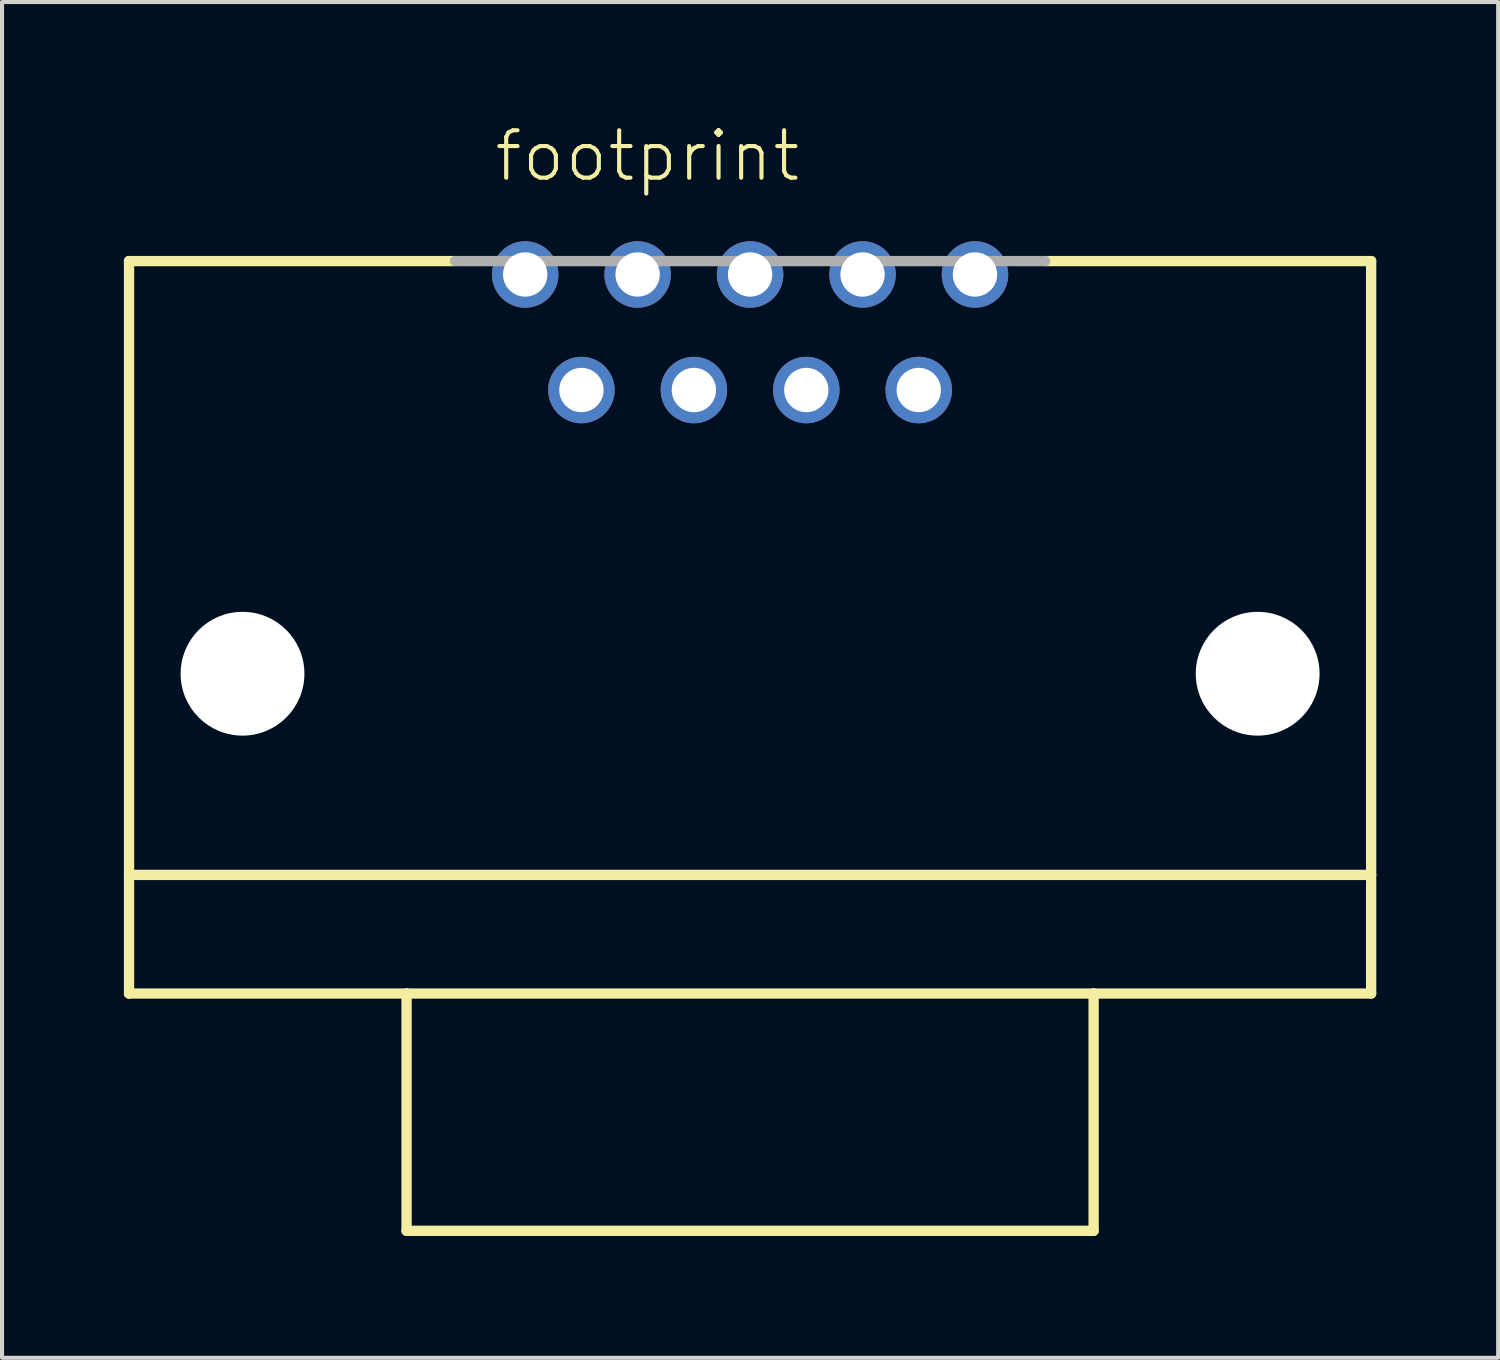
<source format=kicad_pcb>
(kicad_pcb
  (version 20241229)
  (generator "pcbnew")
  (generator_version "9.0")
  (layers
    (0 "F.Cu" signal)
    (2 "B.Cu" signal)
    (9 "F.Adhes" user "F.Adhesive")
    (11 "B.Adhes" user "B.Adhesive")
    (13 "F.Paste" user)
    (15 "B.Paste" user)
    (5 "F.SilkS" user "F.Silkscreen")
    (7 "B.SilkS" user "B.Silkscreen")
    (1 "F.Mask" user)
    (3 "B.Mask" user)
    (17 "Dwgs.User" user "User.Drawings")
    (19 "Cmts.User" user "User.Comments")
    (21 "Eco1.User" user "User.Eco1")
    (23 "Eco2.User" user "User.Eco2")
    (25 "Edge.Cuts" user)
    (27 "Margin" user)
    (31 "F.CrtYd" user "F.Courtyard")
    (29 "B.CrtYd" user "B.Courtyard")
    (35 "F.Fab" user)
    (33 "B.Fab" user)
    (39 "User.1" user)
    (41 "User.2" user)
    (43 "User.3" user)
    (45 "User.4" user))
  (footprint "footprint"
    (layer "F.Cu")
    (at 15.418 11.633)
    (property "Reference" "footprint" (at -6.35 -10.16 0) (layer "F.SilkS") (effects (font (size 1.168 1.168) (thickness 0.102)) (justify left bottom)))
    (fp_line (start -15.291 -8.255) (end -7.29 -8.255) (stroke (width 0.254) (type solid)) (layer "F.SilkS"))
    (fp_line (start -15.291 6.858) (end 15.291 6.858) (stroke (width 0.254) (type solid)) (layer "F.SilkS"))
    (fp_line (start -15.291 9.779) (end -15.291 -8.255) (stroke (width 0.254) (type solid)) (layer "F.SilkS"))
    (fp_line (start -8.458 9.779) (end -15.291 9.779) (stroke (width 0.254) (type solid)) (layer "F.SilkS"))
    (fp_line (start -8.458 9.779) (end 8.458 9.779) (stroke (width 0.254) (type solid)) (layer "F.SilkS"))
    (fp_line (start -8.458 15.621) (end -8.458 9.779) (stroke (width 0.254) (type solid)) (layer "F.SilkS"))
    (fp_line (start 8.458 9.779) (end 8.458 15.621) (stroke (width 0.254) (type solid)) (layer "F.SilkS"))
    (fp_line (start 8.458 15.621) (end -8.458 15.621) (stroke (width 0.254) (type solid)) (layer "F.SilkS"))
    (fp_line (start 15.291 -8.255) (end 7.29 -8.255) (stroke (width 0.254) (type solid)) (layer "F.SilkS"))
    (fp_line (start 15.291 -8.255) (end 15.291 9.779) (stroke (width 0.254) (type solid)) (layer "F.SilkS"))
    (fp_line (start 15.291 9.779) (end 8.458 9.779) (stroke (width 0.254) (type solid)) (layer "F.SilkS"))
    (fp_line (start -7.264 -8.255) (end 7.264 -8.255) (stroke (width 0.254) (type solid)) (layer "F.Fab"))
    (pad "" np_thru_hole circle (at -12.497 1.905) (size 3.048 3.048) (drill 3.048) (layers "*.Cu" "*.Mask"))
    (pad "" np_thru_hole circle (at 12.497 1.905) (size 3.048 3.048) (drill 3.048) (layers "*.Cu" "*.Mask"))
    (pad "1" thru_hole circle (at -5.537 -7.925) (size 1.638 1.638) (drill 1.092) (layers "*.Cu" "*.Mask"))
    (pad "2" thru_hole circle (at -2.769 -7.925) (size 1.638 1.638) (drill 1.092) (layers "*.Cu" "*.Mask"))
    (pad "3" thru_hole circle (at 0 -7.925) (size 1.638 1.638) (drill 1.092) (layers "*.Cu" "*.Mask"))
    (pad "4" thru_hole circle (at 2.769 -7.925) (size 1.638 1.638) (drill 1.092) (layers "*.Cu" "*.Mask"))
    (pad "5" thru_hole circle (at 5.537 -7.925) (size 1.638 1.638) (drill 1.092) (layers "*.Cu" "*.Mask"))
    (pad "6" thru_hole circle (at -4.153 -5.08) (size 1.638 1.638) (drill 1.092) (layers "*.Cu" "*.Mask"))
    (pad "7" thru_hole circle (at -1.384 -5.08) (size 1.638 1.638) (drill 1.092) (layers "*.Cu" "*.Mask"))
    (pad "8" thru_hole circle (at 1.384 -5.08) (size 1.638 1.638) (drill 1.092) (layers "*.Cu" "*.Mask"))
    (pad "9" thru_hole circle (at 4.153 -5.08) (size 1.638 1.638) (drill 1.092) (layers "*.Cu" "*.Mask")))
  (gr_rect
    (start -3 -3)
    (end 33.836 30.381)
    (stroke (width 0.1) (type default))
    (fill no)
    (layer "Edge.Cuts")))
</source>
